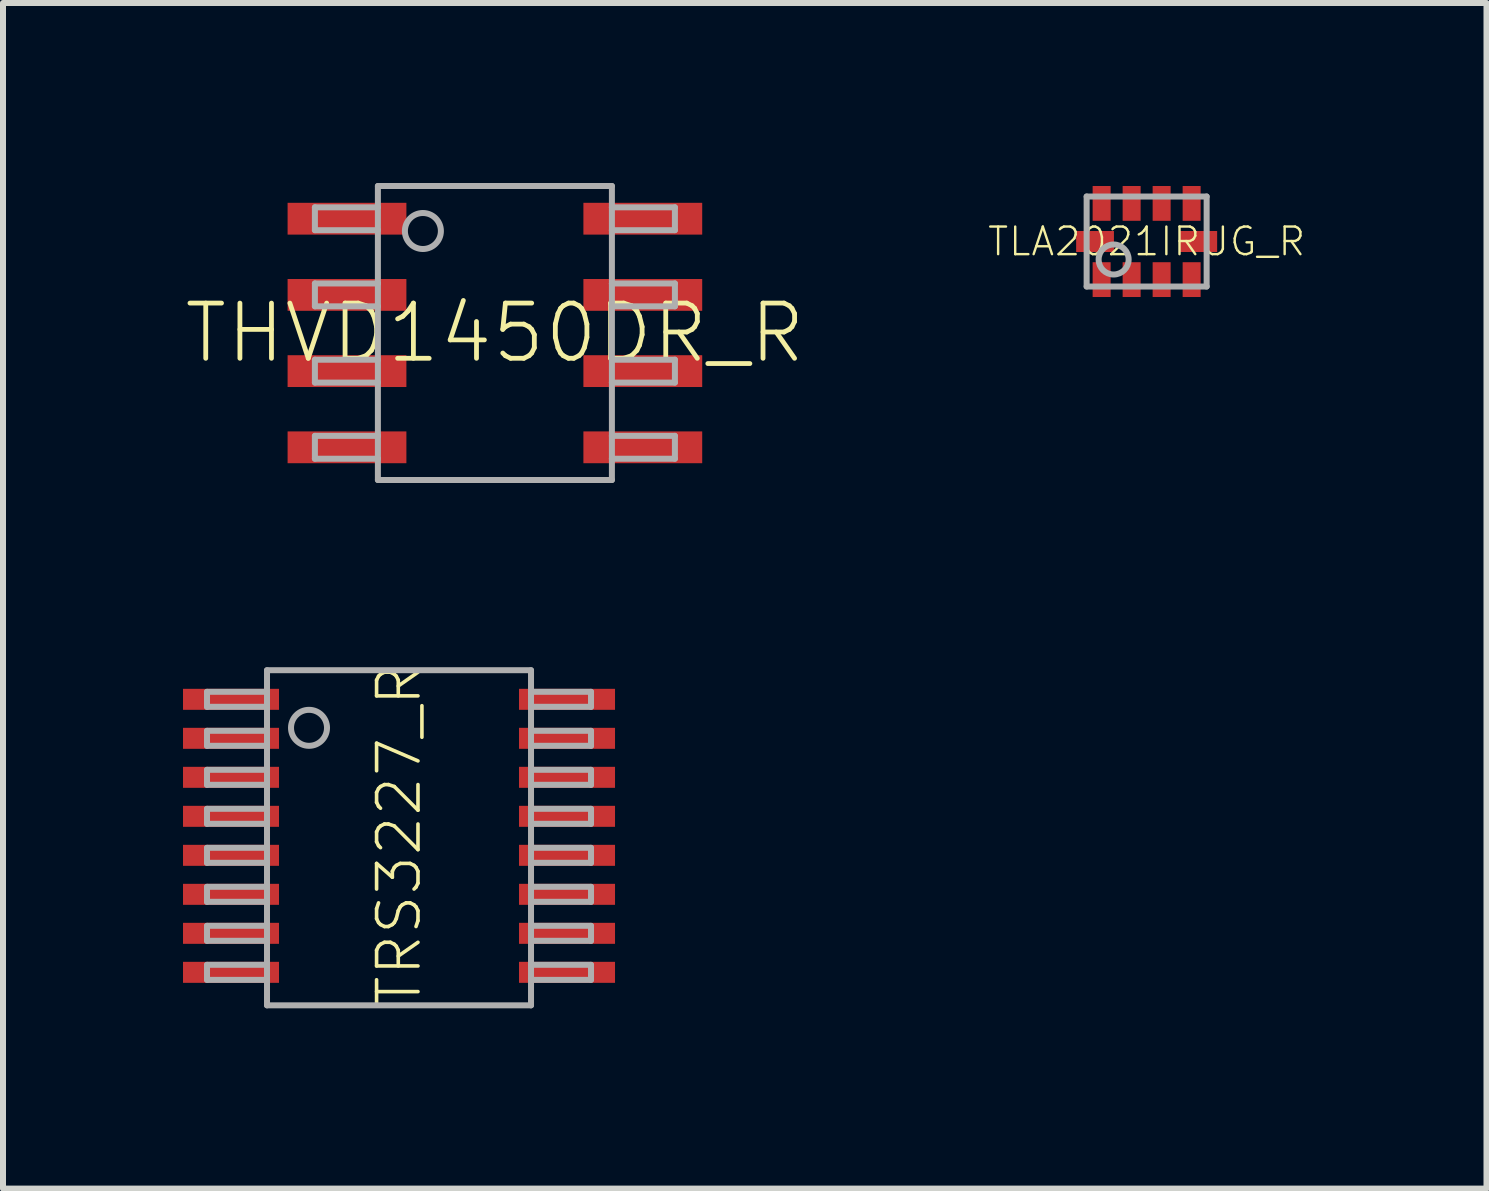
<source format=kicad_pcb>
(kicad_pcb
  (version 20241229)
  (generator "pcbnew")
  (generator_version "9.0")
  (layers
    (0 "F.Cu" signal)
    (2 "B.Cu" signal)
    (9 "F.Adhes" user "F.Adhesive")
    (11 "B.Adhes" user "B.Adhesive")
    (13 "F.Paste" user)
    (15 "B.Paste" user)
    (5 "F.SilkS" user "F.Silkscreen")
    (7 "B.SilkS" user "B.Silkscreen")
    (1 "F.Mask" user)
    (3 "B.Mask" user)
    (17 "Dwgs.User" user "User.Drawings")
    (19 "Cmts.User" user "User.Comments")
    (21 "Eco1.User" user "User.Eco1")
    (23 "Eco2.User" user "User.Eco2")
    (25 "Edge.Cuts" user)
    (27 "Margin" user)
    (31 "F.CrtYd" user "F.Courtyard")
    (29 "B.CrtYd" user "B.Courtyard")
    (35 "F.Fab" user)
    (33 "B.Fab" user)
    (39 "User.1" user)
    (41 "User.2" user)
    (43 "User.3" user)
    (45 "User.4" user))
  (footprint "THVD1450DR_R"
    (layer "F.Cu")
    (at 5.198 2.5)
    (property "Reference" "THVD1450DR_R" (at 0 0 0) (unlocked yes) (layer "F.SilkS") (effects (font (size 0.92 0.92) (thickness 0.08))))
    (fp_poly (pts (xy -1.475 -1.64) (xy -3.455 -1.64) (xy -3.455 -2.17) (xy -1.475 -2.17)) (stroke (width 0) (type default)) (fill yes) (layer "F.Paste"))
    (fp_poly (pts (xy -1.475 -0.37) (xy -3.455 -0.37) (xy -3.455 -0.9) (xy -1.475 -0.9)) (stroke (width 0) (type default)) (fill yes) (layer "F.Paste"))
    (fp_poly (pts (xy -1.475 0.9) (xy -3.455 0.9) (xy -3.455 0.37) (xy -1.475 0.37)) (stroke (width 0) (type default)) (fill yes) (layer "F.Paste"))
    (fp_poly (pts (xy -1.475 2.17) (xy -3.455 2.17) (xy -3.455 1.64) (xy -1.475 1.64)) (stroke (width 0) (type default)) (fill yes) (layer "F.Paste"))
    (fp_poly (pts (xy 3.455 -1.64) (xy 1.475 -1.64) (xy 1.475 -2.17) (xy 3.455 -2.17)) (stroke (width 0) (type default)) (fill yes) (layer "F.Paste"))
    (fp_poly (pts (xy 3.455 -0.37) (xy 1.475 -0.37) (xy 1.475 -0.9) (xy 3.455 -0.9)) (stroke (width 0) (type default)) (fill yes) (layer "F.Paste"))
    (fp_poly (pts (xy 3.455 0.9) (xy 1.475 0.9) (xy 1.475 0.37) (xy 3.455 0.37)) (stroke (width 0) (type default)) (fill yes) (layer "F.Paste"))
    (fp_poly (pts (xy 3.455 2.17) (xy 1.475 2.17) (xy 1.475 1.64) (xy 3.455 1.64)) (stroke (width 0) (type default)) (fill yes) (layer "F.Paste"))
    (fp_line (start -3 -2.095) (end -3 -1.714) (stroke (width 0.1) (type solid)) (layer "F.Fab"))
    (fp_line (start -3 -1.714) (end -1.95 -1.714) (stroke (width 0.1) (type solid)) (layer "F.Fab"))
    (fp_line (start -3 -0.826) (end -3 -0.445) (stroke (width 0.1) (type solid)) (layer "F.Fab"))
    (fp_line (start -3 -0.445) (end -1.95 -0.445) (stroke (width 0.1) (type solid)) (layer "F.Fab"))
    (fp_line (start -3 0.445) (end -3 0.826) (stroke (width 0.1) (type solid)) (layer "F.Fab"))
    (fp_line (start -3 0.826) (end -1.95 0.826) (stroke (width 0.1) (type solid)) (layer "F.Fab"))
    (fp_line (start -3 1.714) (end -3 2.095) (stroke (width 0.1) (type solid)) (layer "F.Fab"))
    (fp_line (start -3 2.095) (end -1.95 2.095) (stroke (width 0.1) (type solid)) (layer "F.Fab"))
    (fp_line (start -1.95 -2.45) (end -1.95 -2.095) (stroke (width 0.1) (type solid)) (layer "F.Fab"))
    (fp_line (start -1.95 -2.095) (end -3 -2.095) (stroke (width 0.1) (type solid)) (layer "F.Fab"))
    (fp_line (start -1.95 -2.095) (end -1.95 -1.714) (stroke (width 0.1) (type solid)) (layer "F.Fab"))
    (fp_line (start -1.95 -1.714) (end -1.95 -0.826) (stroke (width 0.1) (type solid)) (layer "F.Fab"))
    (fp_line (start -1.95 -0.826) (end -3 -0.826) (stroke (width 0.1) (type solid)) (layer "F.Fab"))
    (fp_line (start -1.95 -0.826) (end -1.95 -0.445) (stroke (width 0.1) (type solid)) (layer "F.Fab"))
    (fp_line (start -1.95 -0.445) (end -1.95 0.445) (stroke (width 0.1) (type solid)) (layer "F.Fab"))
    (fp_line (start -1.95 0.445) (end -3 0.445) (stroke (width 0.1) (type solid)) (layer "F.Fab"))
    (fp_line (start -1.95 0.445) (end -1.95 0.826) (stroke (width 0.1) (type solid)) (layer "F.Fab"))
    (fp_line (start -1.95 0.826) (end -1.95 1.714) (stroke (width 0.1) (type solid)) (layer "F.Fab"))
    (fp_line (start -1.95 1.714) (end -3 1.714) (stroke (width 0.1) (type solid)) (layer "F.Fab"))
    (fp_line (start -1.95 1.714) (end -1.95 2.095) (stroke (width 0.1) (type solid)) (layer "F.Fab"))
    (fp_line (start -1.95 2.095) (end -1.95 2.45) (stroke (width 0.1) (type solid)) (layer "F.Fab"))
    (fp_line (start -1.95 2.45) (end 1.95 2.45) (stroke (width 0.1) (type solid)) (layer "F.Fab"))
    (fp_line (start 1.95 -2.45) (end -1.95 -2.45) (stroke (width 0.1) (type solid)) (layer "F.Fab"))
    (fp_line (start 1.95 -2.095) (end 1.95 -2.45) (stroke (width 0.1) (type solid)) (layer "F.Fab"))
    (fp_line (start 1.95 -1.714) (end 1.95 -2.095) (stroke (width 0.1) (type solid)) (layer "F.Fab"))
    (fp_line (start 1.95 -1.714) (end 3 -1.714) (stroke (width 0.1) (type solid)) (layer "F.Fab"))
    (fp_line (start 1.95 -0.826) (end 1.95 -1.714) (stroke (width 0.1) (type solid)) (layer "F.Fab"))
    (fp_line (start 1.95 -0.445) (end 1.95 -0.826) (stroke (width 0.1) (type solid)) (layer "F.Fab"))
    (fp_line (start 1.95 -0.445) (end 3 -0.445) (stroke (width 0.1) (type solid)) (layer "F.Fab"))
    (fp_line (start 1.95 0.445) (end 1.95 -0.445) (stroke (width 0.1) (type solid)) (layer "F.Fab"))
    (fp_line (start 1.95 0.826) (end 1.95 0.445) (stroke (width 0.1) (type solid)) (layer "F.Fab"))
    (fp_line (start 1.95 0.826) (end 3 0.826) (stroke (width 0.1) (type solid)) (layer "F.Fab"))
    (fp_line (start 1.95 1.714) (end 1.95 0.826) (stroke (width 0.1) (type solid)) (layer "F.Fab"))
    (fp_line (start 1.95 2.095) (end 1.95 1.714) (stroke (width 0.1) (type solid)) (layer "F.Fab"))
    (fp_line (start 1.95 2.095) (end 3 2.095) (stroke (width 0.1) (type solid)) (layer "F.Fab"))
    (fp_line (start 1.95 2.45) (end 1.95 2.095) (stroke (width 0.1) (type solid)) (layer "F.Fab"))
    (fp_line (start 3 -2.095) (end 1.95 -2.095) (stroke (width 0.1) (type solid)) (layer "F.Fab"))
    (fp_line (start 3 -1.714) (end 3 -2.095) (stroke (width 0.1) (type solid)) (layer "F.Fab"))
    (fp_line (start 3 -0.826) (end 1.95 -0.826) (stroke (width 0.1) (type solid)) (layer "F.Fab"))
    (fp_line (start 3 -0.445) (end 3 -0.826) (stroke (width 0.1) (type solid)) (layer "F.Fab"))
    (fp_line (start 3 0.445) (end 1.95 0.445) (stroke (width 0.1) (type solid)) (layer "F.Fab"))
    (fp_line (start 3 0.826) (end 3 0.445) (stroke (width 0.1) (type solid)) (layer "F.Fab"))
    (fp_line (start 3 1.714) (end 1.95 1.714) (stroke (width 0.1) (type solid)) (layer "F.Fab"))
    (fp_line (start 3 2.095) (end 3 1.714) (stroke (width 0.1) (type solid)) (layer "F.Fab"))
    (fp_circle (center -1.2 -1.7) (end -0.9 -1.7) (stroke (width 0.1) (type solid)) (fill no) (layer "F.Fab"))
    (pad "1" smd rect (at -2.465 -1.905) (size 1.98 0.53) (layers "F.Cu" "F.Mask"))
    (pad "2" smd rect (at -2.465 -0.635) (size 1.98 0.53) (layers "F.Cu" "F.Mask"))
    (pad "3" smd rect (at -2.465 0.635) (size 1.98 0.53) (layers "F.Cu" "F.Mask"))
    (pad "4" smd rect (at -2.465 1.905) (size 1.98 0.53) (layers "F.Cu" "F.Mask"))
    (pad "5" smd rect (at 2.465 1.905) (size 1.98 0.53) (layers "F.Cu" "F.Mask"))
    (pad "6" smd rect (at 2.465 0.635) (size 1.98 0.53) (layers "F.Cu" "F.Mask"))
    (pad "7" smd rect (at 2.465 -0.635) (size 1.98 0.53) (layers "F.Cu" "F.Mask"))
    (pad "8" smd rect (at 2.465 -1.905) (size 1.98 0.53) (layers "F.Cu" "F.Mask")))
  (footprint "TLA2021IRUG_R"
    (layer "F.Cu")
    (at 16.06 0.975)
    (property "Reference" "TLA2021IRUG_R" (at 0 0 0) (unlocked yes) (layer "F.SilkS") (effects (font (size 0.46 0.46) (thickness 0.04))))
    (fp_poly (pts (xy -1.225 0.295) (xy -0.495 0.295) (xy -0.495 -0.295) (xy -1.225 -0.295)) (stroke (width 0) (type default)) (fill yes) (layer "F.Mask"))
    (fp_poly (pts (xy -0.95 -0.295) (xy 0.95 -0.295) (xy 0.95 -0.975) (xy -0.95 -0.975)) (stroke (width 0) (type default)) (fill yes) (layer "F.Mask"))
    (fp_poly (pts (xy -0.95 0.975) (xy 0.95 0.975) (xy 0.95 0.295) (xy -0.95 0.295)) (stroke (width 0) (type default)) (fill yes) (layer "F.Mask"))
    (fp_poly (pts (xy 0.495 0.295) (xy 1.225 0.295) (xy 1.225 -0.295) (xy 0.495 -0.295)) (stroke (width 0) (type default)) (fill yes) (layer "F.Mask"))
    (fp_poly (pts (xy -0.625 -0.37) (xy -0.875 -0.37) (xy -0.875 -0.9) (xy -0.625 -0.9)) (stroke (width 0) (type default)) (fill yes) (layer "F.Paste"))
    (fp_poly (pts (xy -0.625 0.9) (xy -0.875 0.9) (xy -0.875 0.37) (xy -0.625 0.37)) (stroke (width 0) (type default)) (fill yes) (layer "F.Paste"))
    (fp_poly (pts (xy -0.595 0.125) (xy -1.125 0.125) (xy -1.125 -0.125) (xy -0.595 -0.125)) (stroke (width 0) (type default)) (fill yes) (layer "F.Paste"))
    (fp_poly (pts (xy -0.125 -0.37) (xy -0.375 -0.37) (xy -0.375 -0.9) (xy -0.125 -0.9)) (stroke (width 0) (type default)) (fill yes) (layer "F.Paste"))
    (fp_poly (pts (xy -0.125 0.9) (xy -0.375 0.9) (xy -0.375 0.37) (xy -0.125 0.37)) (stroke (width 0) (type default)) (fill yes) (layer "F.Paste"))
    (fp_poly (pts (xy 0.375 -0.37) (xy 0.125 -0.37) (xy 0.125 -0.9) (xy 0.375 -0.9)) (stroke (width 0) (type default)) (fill yes) (layer "F.Paste"))
    (fp_poly (pts (xy 0.375 0.9) (xy 0.125 0.9) (xy 0.125 0.37) (xy 0.375 0.37)) (stroke (width 0) (type default)) (fill yes) (layer "F.Paste"))
    (fp_poly (pts (xy 0.875 -0.37) (xy 0.625 -0.37) (xy 0.625 -0.9) (xy 0.875 -0.9)) (stroke (width 0) (type default)) (fill yes) (layer "F.Paste"))
    (fp_poly (pts (xy 0.875 0.9) (xy 0.625 0.9) (xy 0.625 0.37) (xy 0.875 0.37)) (stroke (width 0) (type default)) (fill yes) (layer "F.Paste"))
    (fp_poly (pts (xy 1.125 0.125) (xy 0.595 0.125) (xy 0.595 -0.125) (xy 1.125 -0.125)) (stroke (width 0) (type default)) (fill yes) (layer "F.Paste"))
    (fp_line (start -1 -0.75) (end 1 -0.75) (stroke (width 0.1) (type solid)) (layer "F.Fab"))
    (fp_line (start -1 0.75) (end -1 -0.75) (stroke (width 0.1) (type solid)) (layer "F.Fab"))
    (fp_line (start 1 -0.75) (end 1 0.75) (stroke (width 0.1) (type solid)) (layer "F.Fab"))
    (fp_line (start 1 0.75) (end -1 0.75) (stroke (width 0.1) (type solid)) (layer "F.Fab"))
    (fp_circle (center -0.55 0.3) (end -0.3 0.3) (stroke (width 0.1) (type solid)) (fill no) (layer "F.Fab"))
    (pad "1" smd rect (at -0.75 0.635 180) (size 0.3 0.58) (layers "F.Cu"))
    (pad "2" smd rect (at -0.25 0.635 180) (size 0.3 0.58) (layers "F.Cu"))
    (pad "3" smd rect (at 0.25 0.635 180) (size 0.3 0.58) (layers "F.Cu"))
    (pad "4" smd rect (at 0.75 0.635 180) (size 0.3 0.58) (layers "F.Cu"))
    (pad "5" smd rect (at 0.86 0 270) (size 0.35 0.63) (layers "F.Cu"))
    (pad "6" smd rect (at 0.75 -0.635 180) (size 0.3 0.58) (layers "F.Cu"))
    (pad "7" smd rect (at 0.25 -0.635 180) (size 0.3 0.58) (layers "F.Cu"))
    (pad "8" smd rect (at -0.25 -0.635 180) (size 0.3 0.58) (layers "F.Cu"))
    (pad "9" smd rect (at -0.75 -0.635 180) (size 0.3 0.58) (layers "F.Cu"))
    (pad "10" smd rect (at -0.86 0 270) (size 0.35 0.63) (layers "F.Cu")))
  (footprint "TRS3227_R"
    (layer "F.Cu")
    (at 3.6 10.88)
    (property "Reference" "TRS3227_R" (at 0 0 90) (unlocked yes) (layer "F.SilkS") (effects (font (size 0.69 0.69) (thickness 0.06))))
    (fp_line (start -3.2 -2.4) (end -3.2 -2.15) (stroke (width 0.1) (type solid)) (layer "F.Fab"))
    (fp_line (start -3.2 -2.15) (end -2.2 -2.15) (stroke (width 0.1) (type solid)) (layer "F.Fab"))
    (fp_line (start -3.2 -1.75) (end -3.2 -1.5) (stroke (width 0.1) (type solid)) (layer "F.Fab"))
    (fp_line (start -3.2 -1.5) (end -2.2 -1.5) (stroke (width 0.1) (type solid)) (layer "F.Fab"))
    (fp_line (start -3.2 -1.1) (end -3.2 -0.85) (stroke (width 0.1) (type solid)) (layer "F.Fab"))
    (fp_line (start -3.2 -0.85) (end -2.2 -0.85) (stroke (width 0.1) (type solid)) (layer "F.Fab"))
    (fp_line (start -3.2 -0.45) (end -3.2 -0.2) (stroke (width 0.1) (type solid)) (layer "F.Fab"))
    (fp_line (start -3.2 -0.2) (end -2.2 -0.2) (stroke (width 0.1) (type solid)) (layer "F.Fab"))
    (fp_line (start -3.2 0.2) (end -3.2 0.45) (stroke (width 0.1) (type solid)) (layer "F.Fab"))
    (fp_line (start -3.2 0.45) (end -2.2 0.45) (stroke (width 0.1) (type solid)) (layer "F.Fab"))
    (fp_line (start -3.2 0.85) (end -3.2 1.1) (stroke (width 0.1) (type solid)) (layer "F.Fab"))
    (fp_line (start -3.2 1.1) (end -2.2 1.1) (stroke (width 0.1) (type solid)) (layer "F.Fab"))
    (fp_line (start -3.2 1.5) (end -3.2 1.75) (stroke (width 0.1) (type solid)) (layer "F.Fab"))
    (fp_line (start -3.2 1.75) (end -2.2 1.75) (stroke (width 0.1) (type solid)) (layer "F.Fab"))
    (fp_line (start -3.2 2.15) (end -3.2 2.4) (stroke (width 0.1) (type solid)) (layer "F.Fab"))
    (fp_line (start -3.2 2.4) (end -2.2 2.4) (stroke (width 0.1) (type solid)) (layer "F.Fab"))
    (fp_line (start -2.2 -2.76) (end 2.2 -2.76) (stroke (width 0.1) (type solid)) (layer "F.Fab"))
    (fp_line (start -2.2 -2.4) (end -3.2 -2.4) (stroke (width 0.1) (type solid)) (layer "F.Fab"))
    (fp_line (start -2.2 -2.4) (end -2.2 -2.76) (stroke (width 0.1) (type solid)) (layer "F.Fab"))
    (fp_line (start -2.2 -2.15) (end -2.2 -2.4) (stroke (width 0.1) (type solid)) (layer "F.Fab"))
    (fp_line (start -2.2 -1.75) (end -3.2 -1.75) (stroke (width 0.1) (type solid)) (layer "F.Fab"))
    (fp_line (start -2.2 -1.75) (end -2.2 -2.15) (stroke (width 0.1) (type solid)) (layer "F.Fab"))
    (fp_line (start -2.2 -1.5) (end -2.2 -1.75) (stroke (width 0.1) (type solid)) (layer "F.Fab"))
    (fp_line (start -2.2 -1.1) (end -3.2 -1.1) (stroke (width 0.1) (type solid)) (layer "F.Fab"))
    (fp_line (start -2.2 -1.1) (end -2.2 -1.5) (stroke (width 0.1) (type solid)) (layer "F.Fab"))
    (fp_line (start -2.2 -0.85) (end -2.2 -1.1) (stroke (width 0.1) (type solid)) (layer "F.Fab"))
    (fp_line (start -2.2 -0.45) (end -3.2 -0.45) (stroke (width 0.1) (type solid)) (layer "F.Fab"))
    (fp_line (start -2.2 -0.45) (end -2.2 -0.85) (stroke (width 0.1) (type solid)) (layer "F.Fab"))
    (fp_line (start -2.2 -0.2) (end -2.2 -0.45) (stroke (width 0.1) (type solid)) (layer "F.Fab"))
    (fp_line (start -2.2 0.2) (end -3.2 0.2) (stroke (width 0.1) (type solid)) (layer "F.Fab"))
    (fp_line (start -2.2 0.2) (end -2.2 -0.2) (stroke (width 0.1) (type solid)) (layer "F.Fab"))
    (fp_line (start -2.2 0.45) (end -2.2 0.2) (stroke (width 0.1) (type solid)) (layer "F.Fab"))
    (fp_line (start -2.2 0.85) (end -3.2 0.85) (stroke (width 0.1) (type solid)) (layer "F.Fab"))
    (fp_line (start -2.2 0.85) (end -2.2 0.45) (stroke (width 0.1) (type solid)) (layer "F.Fab"))
    (fp_line (start -2.2 1.1) (end -2.2 0.85) (stroke (width 0.1) (type solid)) (layer "F.Fab"))
    (fp_line (start -2.2 1.5) (end -3.2 1.5) (stroke (width 0.1) (type solid)) (layer "F.Fab"))
    (fp_line (start -2.2 1.5) (end -2.2 1.1) (stroke (width 0.1) (type solid)) (layer "F.Fab"))
    (fp_line (start -2.2 1.75) (end -2.2 1.5) (stroke (width 0.1) (type solid)) (layer "F.Fab"))
    (fp_line (start -2.2 2.15) (end -3.2 2.15) (stroke (width 0.1) (type solid)) (layer "F.Fab"))
    (fp_line (start -2.2 2.15) (end -2.2 1.75) (stroke (width 0.1) (type solid)) (layer "F.Fab"))
    (fp_line (start -2.2 2.4) (end -2.2 2.15) (stroke (width 0.1) (type solid)) (layer "F.Fab"))
    (fp_line (start -2.2 2.825) (end -2.2 2.4) (stroke (width 0.1) (type solid)) (layer "F.Fab"))
    (fp_line (start 2.2 -2.76) (end 2.2 -2.4) (stroke (width 0.1) (type solid)) (layer "F.Fab"))
    (fp_line (start 2.2 -2.4) (end 2.2 -2.15) (stroke (width 0.1) (type solid)) (layer "F.Fab"))
    (fp_line (start 2.2 -2.15) (end 2.2 -1.75) (stroke (width 0.1) (type solid)) (layer "F.Fab"))
    (fp_line (start 2.2 -2.15) (end 3.2 -2.15) (stroke (width 0.1) (type solid)) (layer "F.Fab"))
    (fp_line (start 2.2 -1.75) (end 2.2 -1.5) (stroke (width 0.1) (type solid)) (layer "F.Fab"))
    (fp_line (start 2.2 -1.5) (end 2.2 -1.1) (stroke (width 0.1) (type solid)) (layer "F.Fab"))
    (fp_line (start 2.2 -1.5) (end 3.2 -1.5) (stroke (width 0.1) (type solid)) (layer "F.Fab"))
    (fp_line (start 2.2 -1.1) (end 2.2 -0.85) (stroke (width 0.1) (type solid)) (layer "F.Fab"))
    (fp_line (start 2.2 -0.85) (end 2.2 -0.45) (stroke (width 0.1) (type solid)) (layer "F.Fab"))
    (fp_line (start 2.2 -0.85) (end 3.2 -0.85) (stroke (width 0.1) (type solid)) (layer "F.Fab"))
    (fp_line (start 2.2 -0.45) (end 2.2 -0.2) (stroke (width 0.1) (type solid)) (layer "F.Fab"))
    (fp_line (start 2.2 -0.2) (end 2.2 0.2) (stroke (width 0.1) (type solid)) (layer "F.Fab"))
    (fp_line (start 2.2 -0.2) (end 3.2 -0.2) (stroke (width 0.1) (type solid)) (layer "F.Fab"))
    (fp_line (start 2.2 0.2) (end 2.2 0.45) (stroke (width 0.1) (type solid)) (layer "F.Fab"))
    (fp_line (start 2.2 0.45) (end 2.2 0.85) (stroke (width 0.1) (type solid)) (layer "F.Fab"))
    (fp_line (start 2.2 0.45) (end 3.2 0.45) (stroke (width 0.1) (type solid)) (layer "F.Fab"))
    (fp_line (start 2.2 0.85) (end 2.2 1.1) (stroke (width 0.1) (type solid)) (layer "F.Fab"))
    (fp_line (start 2.2 1.1) (end 2.2 1.5) (stroke (width 0.1) (type solid)) (layer "F.Fab"))
    (fp_line (start 2.2 1.1) (end 3.2 1.1) (stroke (width 0.1) (type solid)) (layer "F.Fab"))
    (fp_line (start 2.2 1.5) (end 2.2 1.75) (stroke (width 0.1) (type solid)) (layer "F.Fab"))
    (fp_line (start 2.2 1.75) (end 2.2 2.15) (stroke (width 0.1) (type solid)) (layer "F.Fab"))
    (fp_line (start 2.2 1.75) (end 3.2 1.75) (stroke (width 0.1) (type solid)) (layer "F.Fab"))
    (fp_line (start 2.2 2.15) (end 2.2 2.4) (stroke (width 0.1) (type solid)) (layer "F.Fab"))
    (fp_line (start 2.2 2.4) (end 2.2 2.825) (stroke (width 0.1) (type solid)) (layer "F.Fab"))
    (fp_line (start 2.2 2.4) (end 3.2 2.4) (stroke (width 0.1) (type solid)) (layer "F.Fab"))
    (fp_line (start 2.2 2.825) (end -2.2 2.825) (stroke (width 0.1) (type solid)) (layer "F.Fab"))
    (fp_line (start 3.2 -2.4) (end 2.2 -2.4) (stroke (width 0.1) (type solid)) (layer "F.Fab"))
    (fp_line (start 3.2 -2.15) (end 3.2 -2.4) (stroke (width 0.1) (type solid)) (layer "F.Fab"))
    (fp_line (start 3.2 -1.75) (end 2.2 -1.75) (stroke (width 0.1) (type solid)) (layer "F.Fab"))
    (fp_line (start 3.2 -1.5) (end 3.2 -1.75) (stroke (width 0.1) (type solid)) (layer "F.Fab"))
    (fp_line (start 3.2 -1.1) (end 2.2 -1.1) (stroke (width 0.1) (type solid)) (layer "F.Fab"))
    (fp_line (start 3.2 -0.85) (end 3.2 -1.1) (stroke (width 0.1) (type solid)) (layer "F.Fab"))
    (fp_line (start 3.2 -0.45) (end 2.2 -0.45) (stroke (width 0.1) (type solid)) (layer "F.Fab"))
    (fp_line (start 3.2 -0.2) (end 3.2 -0.45) (stroke (width 0.1) (type solid)) (layer "F.Fab"))
    (fp_line (start 3.2 0.2) (end 2.2 0.2) (stroke (width 0.1) (type solid)) (layer "F.Fab"))
    (fp_line (start 3.2 0.45) (end 3.2 0.2) (stroke (width 0.1) (type solid)) (layer "F.Fab"))
    (fp_line (start 3.2 0.85) (end 2.2 0.85) (stroke (width 0.1) (type solid)) (layer "F.Fab"))
    (fp_line (start 3.2 1.1) (end 3.2 0.85) (stroke (width 0.1) (type solid)) (layer "F.Fab"))
    (fp_line (start 3.2 1.5) (end 2.2 1.5) (stroke (width 0.1) (type solid)) (layer "F.Fab"))
    (fp_line (start 3.2 1.75) (end 3.2 1.5) (stroke (width 0.1) (type solid)) (layer "F.Fab"))
    (fp_line (start 3.2 2.15) (end 2.2 2.15) (stroke (width 0.1) (type solid)) (layer "F.Fab"))
    (fp_line (start 3.2 2.4) (end 3.2 2.15) (stroke (width 0.1) (type solid)) (layer "F.Fab"))
    (fp_circle (center -1.5 -1.8) (end -1.2 -1.8) (stroke (width 0.1) (type solid)) (fill no) (layer "F.Fab"))
    (pad "1" smd rect (at -2.8 -2.275) (size 1.6 0.35) (layers "F.Cu" "F.Mask" "F.Paste"))
    (pad "2" smd rect (at -2.8 -1.625) (size 1.6 0.35) (layers "F.Cu" "F.Mask" "F.Paste"))
    (pad "3" smd rect (at -2.8 -0.975) (size 1.6 0.35) (layers "F.Cu" "F.Mask" "F.Paste"))
    (pad "4" smd rect (at -2.8 -0.325) (size 1.6 0.35) (layers "F.Cu" "F.Mask" "F.Paste"))
    (pad "5" smd rect (at -2.8 0.325) (size 1.6 0.35) (layers "F.Cu" "F.Mask" "F.Paste"))
    (pad "6" smd rect (at -2.8 0.975) (size 1.6 0.35) (layers "F.Cu" "F.Mask" "F.Paste"))
    (pad "7" smd rect (at -2.8 1.625) (size 1.6 0.35) (layers "F.Cu" "F.Mask" "F.Paste"))
    (pad "8" smd rect (at -2.8 2.275) (size 1.6 0.35) (layers "F.Cu" "F.Mask" "F.Paste"))
    (pad "9" smd rect (at 2.8 2.275) (size 1.6 0.35) (layers "F.Cu" "F.Mask" "F.Paste"))
    (pad "10" smd rect (at 2.8 1.625) (size 1.6 0.35) (layers "F.Cu" "F.Mask" "F.Paste"))
    (pad "11" smd rect (at 2.8 0.975) (size 1.6 0.35) (layers "F.Cu" "F.Mask" "F.Paste"))
    (pad "12" smd rect (at 2.8 0.325) (size 1.6 0.35) (layers "F.Cu" "F.Mask" "F.Paste"))
    (pad "13" smd rect (at 2.8 -0.325) (size 1.6 0.35) (layers "F.Cu" "F.Mask" "F.Paste"))
    (pad "14" smd rect (at 2.8 -0.975) (size 1.6 0.35) (layers "F.Cu" "F.Mask" "F.Paste"))
    (pad "15" smd rect (at 2.8 -1.625) (size 1.6 0.35) (layers "F.Cu" "F.Mask" "F.Paste"))
    (pad "16" smd rect (at 2.8 -2.275) (size 1.6 0.35) (layers "F.Cu" "F.Mask" "F.Paste")))
  (gr_rect
    (start -3 -3)
    (end 21.724 16.759)
    (stroke (width 0.1) (type default))
    (fill no)
    (layer "Edge.Cuts")))
</source>
